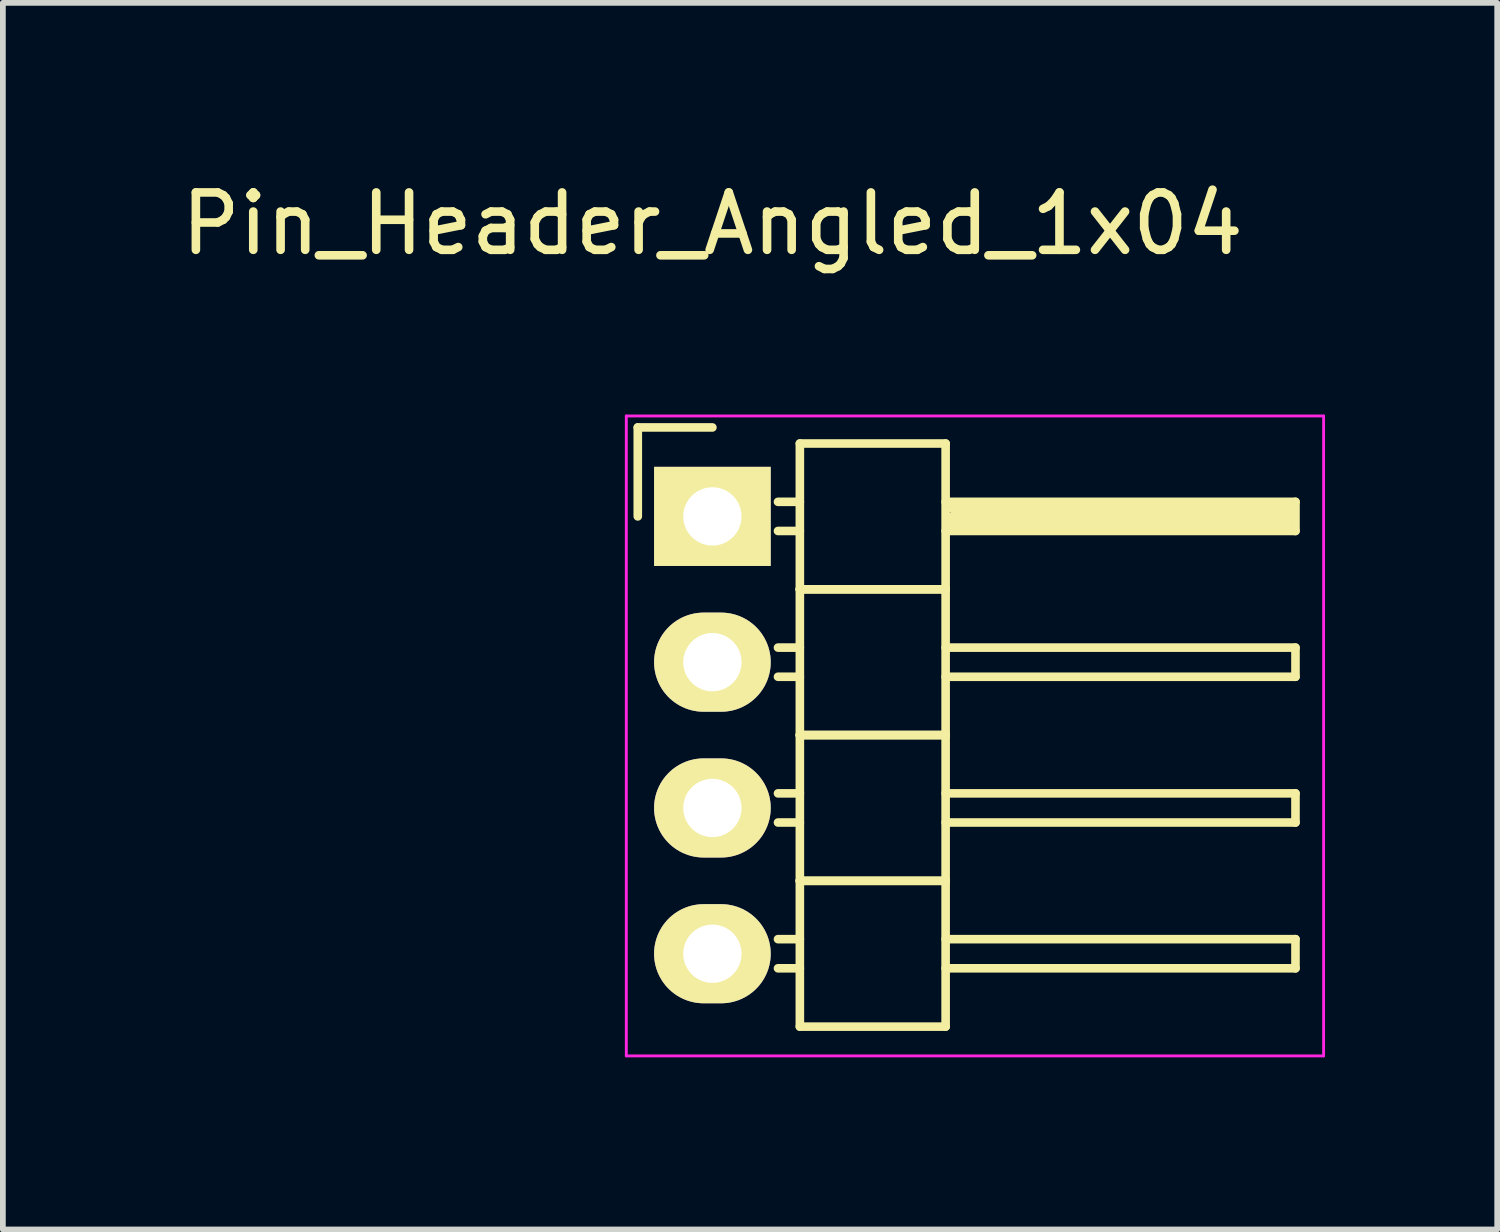
<source format=kicad_pcb>
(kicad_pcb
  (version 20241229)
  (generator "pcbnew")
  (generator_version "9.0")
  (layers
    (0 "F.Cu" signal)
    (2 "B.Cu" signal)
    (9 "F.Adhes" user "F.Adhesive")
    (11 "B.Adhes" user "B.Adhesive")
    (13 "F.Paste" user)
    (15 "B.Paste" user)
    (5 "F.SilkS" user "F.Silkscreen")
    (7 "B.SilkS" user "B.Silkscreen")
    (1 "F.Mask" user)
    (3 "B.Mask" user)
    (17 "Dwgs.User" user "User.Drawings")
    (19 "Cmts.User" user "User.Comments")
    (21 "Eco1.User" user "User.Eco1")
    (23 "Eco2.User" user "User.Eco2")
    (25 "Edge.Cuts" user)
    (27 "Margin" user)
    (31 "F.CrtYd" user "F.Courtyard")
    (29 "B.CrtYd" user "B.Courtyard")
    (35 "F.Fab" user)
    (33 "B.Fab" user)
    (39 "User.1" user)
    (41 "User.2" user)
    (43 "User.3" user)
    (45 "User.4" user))
  (footprint "Pin_Header_Angled_1x04"
    (layer "F.Cu")
    (at 9.363 9.758)
    (property "Reference" "Pin_Header_Angled_1x04" (at 0 -8.91 0) (layer "F.SilkS") (effects (font (size 1 1) (thickness 0.15))))
    (attr through_hole)
    (fp_line (start -1.3 -5.36) (end -1.3 -3.81) (stroke (width 0.15) (type solid)) (layer "F.SilkS"))
    (fp_line (start 0 -5.36) (end -1.3 -5.36) (stroke (width 0.15) (type solid)) (layer "F.SilkS"))
    (fp_line (start 1.524 -5.08) (end 1.524 -2.54) (stroke (width 0.15) (type solid)) (layer "F.SilkS"))
    (fp_line (start 1.524 -5.08) (end 4.064 -5.08) (stroke (width 0.15) (type solid)) (layer "F.SilkS"))
    (fp_line (start 1.524 -4.064) (end 1.143 -4.064) (stroke (width 0.15) (type solid)) (layer "F.SilkS"))
    (fp_line (start 1.524 -3.556) (end 1.143 -3.556) (stroke (width 0.15) (type solid)) (layer "F.SilkS"))
    (fp_line (start 1.524 -2.54) (end 1.524 0) (stroke (width 0.15) (type solid)) (layer "F.SilkS"))
    (fp_line (start 1.524 -2.54) (end 4.064 -2.54) (stroke (width 0.15) (type solid)) (layer "F.SilkS"))
    (fp_line (start 1.524 -2.54) (end 4.064 -2.54) (stroke (width 0.15) (type solid)) (layer "F.SilkS"))
    (fp_line (start 1.524 -1.524) (end 1.143 -1.524) (stroke (width 0.15) (type solid)) (layer "F.SilkS"))
    (fp_line (start 1.524 -1.016) (end 1.143 -1.016) (stroke (width 0.15) (type solid)) (layer "F.SilkS"))
    (fp_line (start 1.524 0) (end 1.524 2.54) (stroke (width 0.15) (type solid)) (layer "F.SilkS"))
    (fp_line (start 1.524 0) (end 4.064 0) (stroke (width 0.15) (type solid)) (layer "F.SilkS"))
    (fp_line (start 1.524 0) (end 4.064 0) (stroke (width 0.15) (type solid)) (layer "F.SilkS"))
    (fp_line (start 1.524 1.016) (end 1.143 1.016) (stroke (width 0.15) (type solid)) (layer "F.SilkS"))
    (fp_line (start 1.524 1.524) (end 1.143 1.524) (stroke (width 0.15) (type solid)) (layer "F.SilkS"))
    (fp_line (start 1.524 2.54) (end 1.524 5.08) (stroke (width 0.15) (type solid)) (layer "F.SilkS"))
    (fp_line (start 1.524 2.54) (end 4.064 2.54) (stroke (width 0.15) (type solid)) (layer "F.SilkS"))
    (fp_line (start 1.524 2.54) (end 4.064 2.54) (stroke (width 0.15) (type solid)) (layer "F.SilkS"))
    (fp_line (start 1.524 3.556) (end 1.143 3.556) (stroke (width 0.15) (type solid)) (layer "F.SilkS"))
    (fp_line (start 1.524 4.064) (end 1.143 4.064) (stroke (width 0.15) (type solid)) (layer "F.SilkS"))
    (fp_line (start 1.524 5.08) (end 4.064 5.08) (stroke (width 0.15) (type solid)) (layer "F.SilkS"))
    (fp_line (start 4.064 -4.064) (end 10.16 -4.064) (stroke (width 0.15) (type solid)) (layer "F.SilkS"))
    (fp_line (start 4.064 -2.54) (end 4.064 -5.08) (stroke (width 0.15) (type solid)) (layer "F.SilkS"))
    (fp_line (start 4.064 -1.524) (end 10.16 -1.524) (stroke (width 0.15) (type solid)) (layer "F.SilkS"))
    (fp_line (start 4.064 0) (end 4.064 -2.54) (stroke (width 0.15) (type solid)) (layer "F.SilkS"))
    (fp_line (start 4.064 1.016) (end 10.16 1.016) (stroke (width 0.15) (type solid)) (layer "F.SilkS"))
    (fp_line (start 4.064 2.54) (end 4.064 0) (stroke (width 0.15) (type solid)) (layer "F.SilkS"))
    (fp_line (start 4.064 3.556) (end 10.16 3.556) (stroke (width 0.15) (type solid)) (layer "F.SilkS"))
    (fp_line (start 4.064 5.08) (end 4.064 2.54) (stroke (width 0.15) (type solid)) (layer "F.SilkS"))
    (fp_line (start 4.191 -3.937) (end 10.033 -3.937) (stroke (width 0.15) (type solid)) (layer "F.SilkS"))
    (fp_line (start 4.191 -3.81) (end 10.033 -3.81) (stroke (width 0.15) (type solid)) (layer "F.SilkS"))
    (fp_line (start 4.191 -3.683) (end 4.191 -3.81) (stroke (width 0.15) (type solid)) (layer "F.SilkS"))
    (fp_line (start 10.033 -3.937) (end 10.033 -3.683) (stroke (width 0.15) (type solid)) (layer "F.SilkS"))
    (fp_line (start 10.033 -3.683) (end 4.191 -3.683) (stroke (width 0.15) (type solid)) (layer "F.SilkS"))
    (fp_line (start 10.16 -4.064) (end 10.16 -3.556) (stroke (width 0.15) (type solid)) (layer "F.SilkS"))
    (fp_line (start 10.16 -3.556) (end 4.064 -3.556) (stroke (width 0.15) (type solid)) (layer "F.SilkS"))
    (fp_line (start 10.16 -1.524) (end 10.16 -1.016) (stroke (width 0.15) (type solid)) (layer "F.SilkS"))
    (fp_line (start 10.16 -1.016) (end 4.064 -1.016) (stroke (width 0.15) (type solid)) (layer "F.SilkS"))
    (fp_line (start 10.16 1.016) (end 10.16 1.524) (stroke (width 0.15) (type solid)) (layer "F.SilkS"))
    (fp_line (start 10.16 1.524) (end 4.064 1.524) (stroke (width 0.15) (type solid)) (layer "F.SilkS"))
    (fp_line (start 10.16 3.556) (end 10.16 4.064) (stroke (width 0.15) (type solid)) (layer "F.SilkS"))
    (fp_line (start 10.16 4.064) (end 4.064 4.064) (stroke (width 0.15) (type solid)) (layer "F.SilkS"))
    (fp_line (start -1.5 -5.56) (end -1.5 5.59) (stroke (width 0.05) (type solid)) (layer "F.CrtYd"))
    (fp_line (start -1.5 -5.56) (end 10.65 -5.56) (stroke (width 0.05) (type solid)) (layer "F.CrtYd"))
    (fp_line (start -1.5 5.59) (end 10.65 5.59) (stroke (width 0.05) (type solid)) (layer "F.CrtYd"))
    (fp_line (start 10.65 -5.56) (end 10.65 5.59) (stroke (width 0.05) (type solid)) (layer "F.CrtYd"))
    (pad "1" thru_hole rect (at 0 -3.81) (size 2.032 1.727) (drill 1.016) (layers "*.Cu" "*.Mask" "F.SilkS"))
    (pad "2" thru_hole oval (at 0 -1.27) (size 2.032 1.727) (drill 1.016) (layers "*.Cu" "*.Mask" "F.SilkS"))
    (pad "3" thru_hole oval (at 0 1.27) (size 2.032 1.727) (drill 1.016) (layers "*.Cu" "*.Mask" "F.SilkS"))
    (pad "4" thru_hole oval (at 0 3.81) (size 2.032 1.727) (drill 1.016) (layers "*.Cu" "*.Mask" "F.SilkS")))
  (gr_rect
    (start -3 -3)
    (end 23.038 18.373)
    (stroke (width 0.1) (type default))
    (fill no)
    (layer "Edge.Cuts")))
</source>
